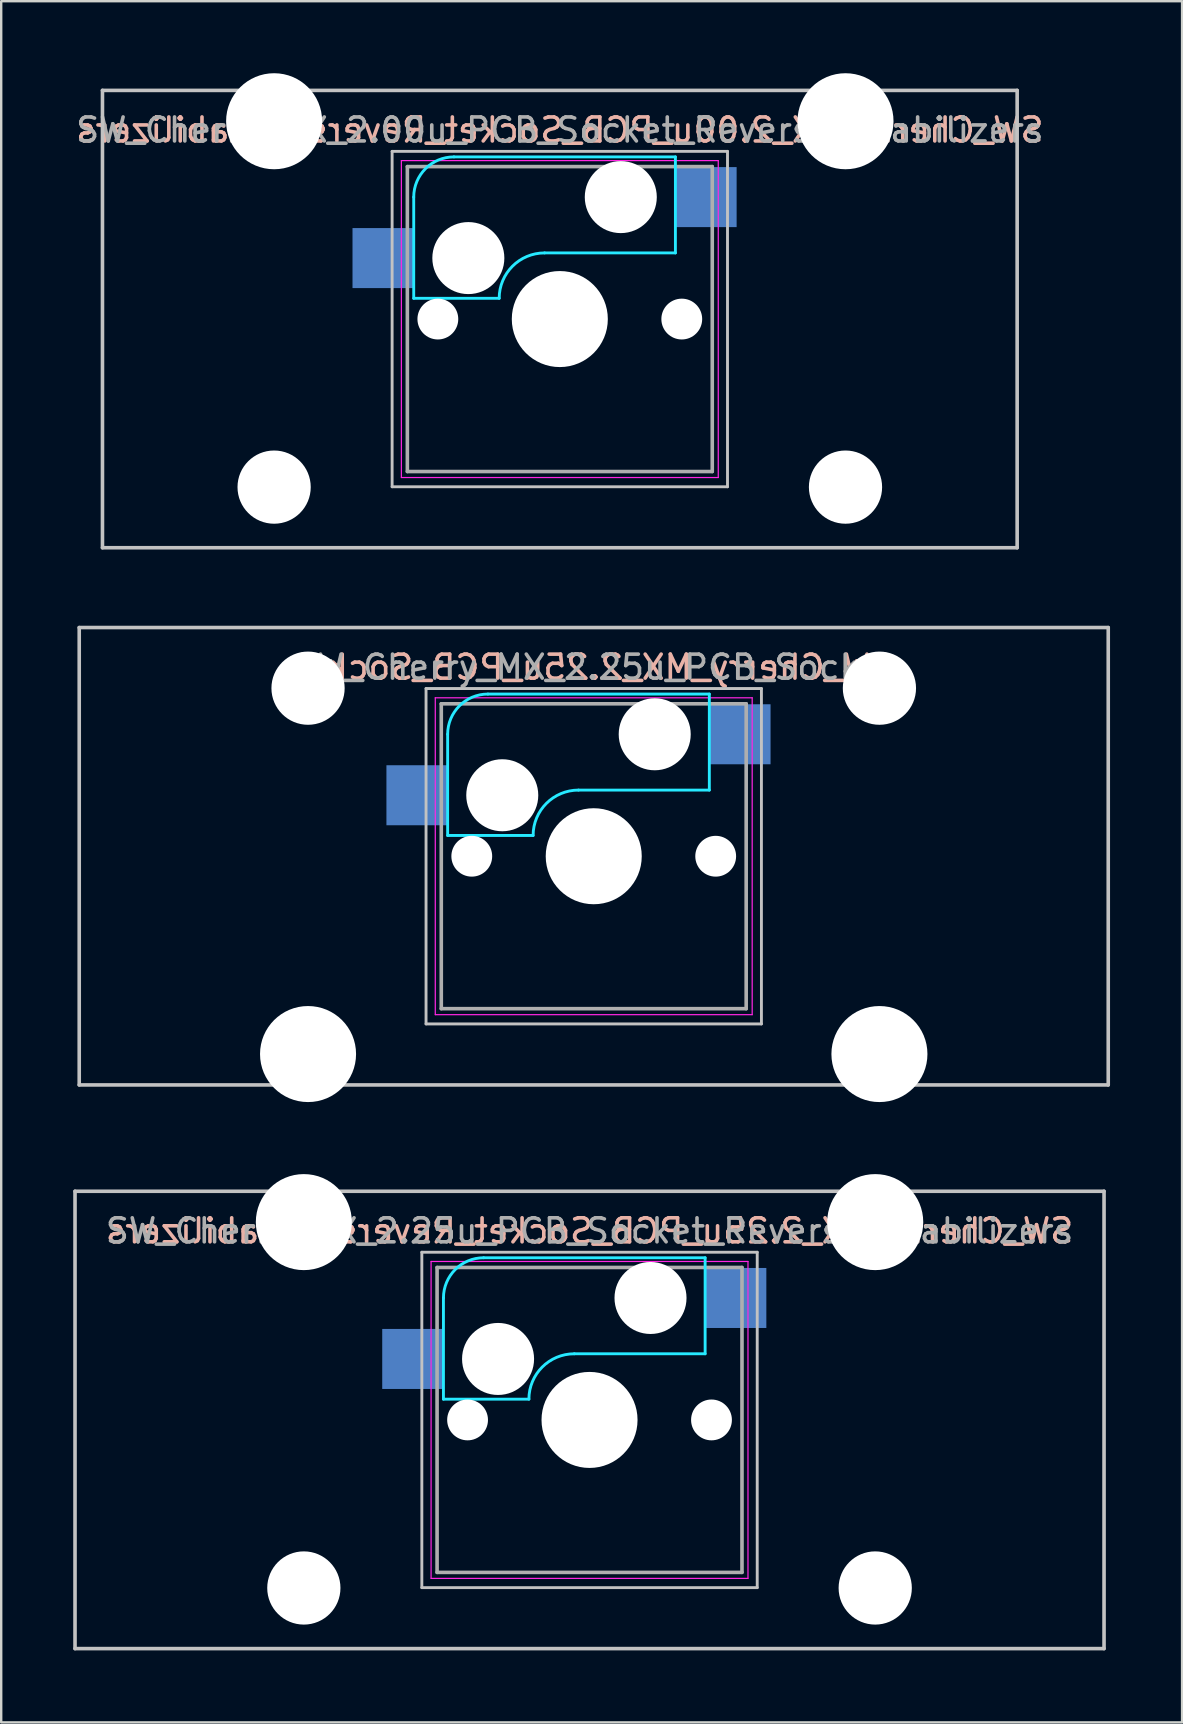
<source format=kicad_pcb>
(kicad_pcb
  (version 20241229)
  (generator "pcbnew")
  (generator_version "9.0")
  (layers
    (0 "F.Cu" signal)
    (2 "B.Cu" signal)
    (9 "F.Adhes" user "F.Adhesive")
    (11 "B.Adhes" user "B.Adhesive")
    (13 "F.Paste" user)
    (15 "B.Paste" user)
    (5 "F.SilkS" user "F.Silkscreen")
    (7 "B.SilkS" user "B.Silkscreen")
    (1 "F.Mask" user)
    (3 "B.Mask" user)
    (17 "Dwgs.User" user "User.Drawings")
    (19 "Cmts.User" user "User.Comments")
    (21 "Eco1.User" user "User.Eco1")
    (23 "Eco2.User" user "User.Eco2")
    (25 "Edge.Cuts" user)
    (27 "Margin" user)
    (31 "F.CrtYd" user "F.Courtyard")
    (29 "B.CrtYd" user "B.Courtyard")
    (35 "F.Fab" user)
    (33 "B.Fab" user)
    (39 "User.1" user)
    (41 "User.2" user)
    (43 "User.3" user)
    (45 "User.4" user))
  (footprint "SW_Cherry_MX_2.25u_PCB_Socket"
    (layer "F.Cu")
    (at 0.25 23.09)
    (property "Reference" "SW_Cherry_MX_2.25u_PCB_Socket" (at 21.431 1.651 0) (layer "B.SilkS") (effects (font (size 1 1) (thickness 0.15)) (justify mirror)))
    (attr through_hole)
    (fp_line (start 0 0) (end 42.862 0) (stroke (width 0.15) (type solid)) (layer "Dwgs.User"))
    (fp_line (start 0 19.05) (end 0 0) (stroke (width 0.15) (type solid)) (layer "Dwgs.User"))
    (fp_line (start 14.446 2.54) (end 28.416 2.54) (stroke (width 0.12) (type solid)) (layer "Dwgs.User"))
    (fp_line (start 14.446 16.51) (end 14.446 2.54) (stroke (width 0.12) (type solid)) (layer "Dwgs.User"))
    (fp_line (start 28.416 2.54) (end 28.416 16.51) (stroke (width 0.12) (type solid)) (layer "Dwgs.User"))
    (fp_line (start 28.416 16.51) (end 14.446 16.51) (stroke (width 0.12) (type solid)) (layer "Dwgs.User"))
    (fp_line (start 42.862 0) (end 42.862 19.05) (stroke (width 0.15) (type solid)) (layer "Dwgs.User"))
    (fp_line (start 42.862 19.05) (end 0 19.05) (stroke (width 0.15) (type solid)) (layer "Dwgs.User"))
    (fp_line (start 15.346 8.66) (end 15.346 4.445) (stroke (width 0.12) (type solid)) (layer "B.CrtYd"))
    (fp_line (start 15.346 8.66) (end 18.906 8.66) (stroke (width 0.12) (type solid)) (layer "B.CrtYd"))
    (fp_line (start 17.021 2.77) (end 26.246 2.77) (stroke (width 0.12) (type solid)) (layer "B.CrtYd"))
    (fp_line (start 26.246 2.77) (end 26.246 6.77) (stroke (width 0.12) (type solid)) (layer "B.CrtYd"))
    (fp_line (start 26.246 6.77) (end 20.796 6.77) (stroke (width 0.12) (type solid)) (layer "B.CrtYd"))
    (fp_arc (start 15.34625 4.445) (mid 15.836846 3.260596) (end 17.02125 2.77) (stroke (width 0.12) (type solid)) (layer "B.CrtYd"))
    (fp_arc (start 18.90625 8.66) (mid 19.459818 7.323568) (end 20.79625 6.77) (stroke (width 0.12) (type solid)) (layer "B.CrtYd"))
    (fp_line (start 14.831 2.925) (end 28.031 2.925) (stroke (width 0.05) (type solid)) (layer "F.CrtYd"))
    (fp_line (start 14.831 16.125) (end 14.831 2.925) (stroke (width 0.05) (type solid)) (layer "F.CrtYd"))
    (fp_line (start 28.031 2.925) (end 28.031 16.125) (stroke (width 0.05) (type solid)) (layer "F.CrtYd"))
    (fp_line (start 28.031 16.125) (end 14.831 16.125) (stroke (width 0.05) (type solid)) (layer "F.CrtYd"))
    (fp_line (start 15.081 3.175) (end 27.781 3.175) (stroke (width 0.15) (type solid)) (layer "F.Fab"))
    (fp_line (start 15.081 15.875) (end 15.081 3.175) (stroke (width 0.15) (type solid)) (layer "F.Fab"))
    (fp_line (start 27.781 3.175) (end 27.781 15.875) (stroke (width 0.15) (type solid)) (layer "F.Fab"))
    (fp_line (start 27.781 15.875) (end 15.081 15.875) (stroke (width 0.15) (type solid)) (layer "F.Fab"))
    (fp_text user "${REFERENCE}" (at 21.431 1.651 0) (layer "F.Fab") (effects (font (size 1 1) (thickness 0.15))))
    (pad "" np_thru_hole circle (at 9.531 2.525) (size 3.05 3.05) (drill 3.05) (layers "*.Cu" "*.Mask"))
    (pad "" np_thru_hole circle (at 9.531 17.765) (size 4 4) (drill 4) (layers "*.Cu" "*.Mask"))
    (pad "" np_thru_hole circle (at 16.351 9.525) (size 1.7 1.7) (drill 1.7) (layers "*.Cu" "*.Mask"))
    (pad "" np_thru_hole circle (at 17.621 6.985) (size 3 3) (drill 3) (layers "*.Cu" "*.Mask"))
    (pad "" np_thru_hole circle (at 21.431 9.525) (size 4 4) (drill 4) (layers "*.Cu" "*.Mask"))
    (pad "" np_thru_hole circle (at 23.971 4.445) (size 3 3) (drill 3) (layers "*.Cu" "*.Mask"))
    (pad "" np_thru_hole circle (at 26.511 9.525) (size 1.7 1.7) (drill 1.7) (layers "*.Cu" "*.Mask"))
    (pad "" np_thru_hole circle (at 33.331 2.525) (size 3.05 3.05) (drill 3.05) (layers "*.Cu" "*.Mask"))
    (pad "" np_thru_hole circle (at 33.331 17.765) (size 4 4) (drill 4) (layers "*.Cu" "*.Mask"))
    (pad "1" smd rect (at 27.521 4.445) (size 2.55 2.5) (layers "B.Cu" "B.Mask" "B.Paste"))
    (pad "2" smd rect (at 14.071 6.985) (size 2.55 2.5) (layers "B.Cu" "B.Mask" "B.Paste")))
  (footprint "SW_Cherry_MX_2.25u_PCB_Socket_ReversedStabilizers"
    (layer "F.Cu")
    (at 21.506 56.095)
    (property "Reference" "SW_Cherry_MX_2.25u_PCB_Socket_ReversedStabilizers" (at 0 -7.874 0) (layer "B.SilkS") (effects (font (size 1 1) (thickness 0.15)) (justify mirror)))
    (attr through_hole)
    (fp_line (start -21.431 -9.525) (end 21.431 -9.525) (stroke (width 0.15) (type solid)) (layer "Dwgs.User"))
    (fp_line (start -21.431 9.525) (end -21.431 -9.525) (stroke (width 0.15) (type solid)) (layer "Dwgs.User"))
    (fp_line (start -6.985 -6.985) (end 6.985 -6.985) (stroke (width 0.12) (type solid)) (layer "Dwgs.User"))
    (fp_line (start -6.985 6.985) (end -6.985 -6.985) (stroke (width 0.12) (type solid)) (layer "Dwgs.User"))
    (fp_line (start 6.985 -6.985) (end 6.985 6.985) (stroke (width 0.12) (type solid)) (layer "Dwgs.User"))
    (fp_line (start 6.985 6.985) (end -6.985 6.985) (stroke (width 0.12) (type solid)) (layer "Dwgs.User"))
    (fp_line (start 21.431 -9.525) (end 21.431 9.525) (stroke (width 0.15) (type solid)) (layer "Dwgs.User"))
    (fp_line (start 21.431 9.525) (end -21.431 9.525) (stroke (width 0.15) (type solid)) (layer "Dwgs.User"))
    (fp_line (start -6.085 -0.865) (end -6.085 -5.08) (stroke (width 0.12) (type solid)) (layer "B.CrtYd"))
    (fp_line (start -6.085 -0.865) (end -2.525 -0.865) (stroke (width 0.12) (type solid)) (layer "B.CrtYd"))
    (fp_line (start -4.41 -6.755) (end 4.815 -6.755) (stroke (width 0.12) (type solid)) (layer "B.CrtYd"))
    (fp_line (start 4.815 -6.755) (end 4.815 -2.755) (stroke (width 0.12) (type solid)) (layer "B.CrtYd"))
    (fp_line (start 4.815 -2.755) (end -0.635 -2.755) (stroke (width 0.12) (type solid)) (layer "B.CrtYd"))
    (fp_arc (start -6.085 -5.08) (mid -5.594404 -6.264404) (end -4.41 -6.755) (stroke (width 0.12) (type solid)) (layer "B.CrtYd"))
    (fp_arc (start -2.525 -0.865) (mid -1.971432 -2.201432) (end -0.635 -2.755) (stroke (width 0.12) (type solid)) (layer "B.CrtYd"))
    (fp_line (start -6.6 -6.6) (end 6.6 -6.6) (stroke (width 0.05) (type solid)) (layer "F.CrtYd"))
    (fp_line (start -6.6 6.6) (end -6.6 -6.6) (stroke (width 0.05) (type solid)) (layer "F.CrtYd"))
    (fp_line (start 6.6 -6.6) (end 6.6 6.6) (stroke (width 0.05) (type solid)) (layer "F.CrtYd"))
    (fp_line (start 6.6 6.6) (end -6.6 6.6) (stroke (width 0.05) (type solid)) (layer "F.CrtYd"))
    (fp_line (start -6.35 -6.35) (end 6.35 -6.35) (stroke (width 0.15) (type solid)) (layer "F.Fab"))
    (fp_line (start -6.35 6.35) (end -6.35 -6.35) (stroke (width 0.15) (type solid)) (layer "F.Fab"))
    (fp_line (start 6.35 -6.35) (end 6.35 6.35) (stroke (width 0.15) (type solid)) (layer "F.Fab"))
    (fp_line (start 6.35 6.35) (end -6.35 6.35) (stroke (width 0.15) (type solid)) (layer "F.Fab"))
    (fp_text user "${REFERENCE}" (at 0 -7.874 0) (layer "F.Fab") (effects (font (size 1 1) (thickness 0.15))))
    (pad "" np_thru_hole circle (at -11.9 -8.24) (size 4 4) (drill 4) (layers "*.Cu" "*.Mask"))
    (pad "" np_thru_hole circle (at -11.9 7) (size 3.05 3.05) (drill 3.05) (layers "*.Cu" "*.Mask"))
    (pad "" np_thru_hole circle (at -5.08 0) (size 1.7 1.7) (drill 1.7) (layers "*.Cu" "*.Mask"))
    (pad "" np_thru_hole circle (at -3.81 -2.54) (size 3 3) (drill 3) (layers "*.Cu" "*.Mask"))
    (pad "" np_thru_hole circle (at 0 0) (size 4 4) (drill 4) (layers "*.Cu" "*.Mask"))
    (pad "" np_thru_hole circle (at 2.54 -5.08) (size 3 3) (drill 3) (layers "*.Cu" "*.Mask"))
    (pad "" np_thru_hole circle (at 5.08 0) (size 1.7 1.7) (drill 1.7) (layers "*.Cu" "*.Mask"))
    (pad "" np_thru_hole circle (at 11.9 -8.24) (size 4 4) (drill 4) (layers "*.Cu" "*.Mask"))
    (pad "" np_thru_hole circle (at 11.9 7) (size 3.05 3.05) (drill 3.05) (layers "*.Cu" "*.Mask"))
    (pad "1" smd rect (at 6.09 -5.08) (size 2.55 2.5) (layers "B.Cu" "B.Mask" "B.Paste"))
    (pad "2" smd rect (at -7.36 -2.54) (size 2.55 2.5) (layers "B.Cu" "B.Mask" "B.Paste")))
  (footprint "SW_Cherry_MX_2.00u_PCB_Socket_ReversedStabilizers"
    (layer "F.Cu")
    (at 20.268 10.24)
    (property "Reference" "SW_Cherry_MX_2.00u_PCB_Socket_ReversedStabilizers" (at 0 -7.874 0) (layer "B.SilkS") (effects (font (size 1 1) (thickness 0.15)) (justify mirror)))
    (attr through_hole)
    (fp_line (start -19.05 -9.525) (end 19.05 -9.525) (stroke (width 0.15) (type solid)) (layer "Dwgs.User"))
    (fp_line (start -19.05 9.525) (end -19.05 -9.525) (stroke (width 0.15) (type solid)) (layer "Dwgs.User"))
    (fp_line (start -6.985 -6.985) (end 6.985 -6.985) (stroke (width 0.12) (type solid)) (layer "Dwgs.User"))
    (fp_line (start -6.985 6.985) (end -6.985 -6.985) (stroke (width 0.12) (type solid)) (layer "Dwgs.User"))
    (fp_line (start 6.985 -6.985) (end 6.985 6.985) (stroke (width 0.12) (type solid)) (layer "Dwgs.User"))
    (fp_line (start 6.985 6.985) (end -6.985 6.985) (stroke (width 0.12) (type solid)) (layer "Dwgs.User"))
    (fp_line (start 19.05 -9.525) (end 19.05 9.525) (stroke (width 0.15) (type solid)) (layer "Dwgs.User"))
    (fp_line (start 19.05 9.525) (end -19.05 9.525) (stroke (width 0.15) (type solid)) (layer "Dwgs.User"))
    (fp_line (start -6.085 -0.865) (end -6.085 -5.08) (stroke (width 0.12) (type solid)) (layer "B.CrtYd"))
    (fp_line (start -6.085 -0.865) (end -2.525 -0.865) (stroke (width 0.12) (type solid)) (layer "B.CrtYd"))
    (fp_line (start -4.41 -6.755) (end 4.815 -6.755) (stroke (width 0.12) (type solid)) (layer "B.CrtYd"))
    (fp_line (start 4.815 -6.755) (end 4.815 -2.755) (stroke (width 0.12) (type solid)) (layer "B.CrtYd"))
    (fp_line (start 4.815 -2.755) (end -0.635 -2.755) (stroke (width 0.12) (type solid)) (layer "B.CrtYd"))
    (fp_arc (start -6.085 -5.08) (mid -5.594404 -6.264404) (end -4.41 -6.755) (stroke (width 0.12) (type solid)) (layer "B.CrtYd"))
    (fp_arc (start -2.525 -0.865) (mid -1.971432 -2.201432) (end -0.635 -2.755) (stroke (width 0.12) (type solid)) (layer "B.CrtYd"))
    (fp_line (start -6.6 -6.6) (end 6.6 -6.6) (stroke (width 0.05) (type solid)) (layer "F.CrtYd"))
    (fp_line (start -6.6 6.6) (end -6.6 -6.6) (stroke (width 0.05) (type solid)) (layer "F.CrtYd"))
    (fp_line (start 6.6 -6.6) (end 6.6 6.6) (stroke (width 0.05) (type solid)) (layer "F.CrtYd"))
    (fp_line (start 6.6 6.6) (end -6.6 6.6) (stroke (width 0.05) (type solid)) (layer "F.CrtYd"))
    (fp_line (start -6.35 -6.35) (end 6.35 -6.35) (stroke (width 0.15) (type solid)) (layer "F.Fab"))
    (fp_line (start -6.35 6.35) (end -6.35 -6.35) (stroke (width 0.15) (type solid)) (layer "F.Fab"))
    (fp_line (start 6.35 -6.35) (end 6.35 6.35) (stroke (width 0.15) (type solid)) (layer "F.Fab"))
    (fp_line (start 6.35 6.35) (end -6.35 6.35) (stroke (width 0.15) (type solid)) (layer "F.Fab"))
    (fp_text user "${REFERENCE}" (at 0 -7.874 0) (layer "F.Fab") (effects (font (size 1 1) (thickness 0.15))))
    (pad "" np_thru_hole circle (at -11.9 -8.24) (size 4 4) (drill 4) (layers "*.Cu" "*.Mask"))
    (pad "" np_thru_hole circle (at -11.9 7) (size 3.05 3.05) (drill 3.05) (layers "*.Cu" "*.Mask"))
    (pad "" np_thru_hole circle (at -5.08 0) (size 1.7 1.7) (drill 1.7) (layers "*.Cu" "*.Mask"))
    (pad "" np_thru_hole circle (at -3.81 -2.54) (size 3 3) (drill 3) (layers "*.Cu" "*.Mask"))
    (pad "" np_thru_hole circle (at 0 0) (size 4 4) (drill 4) (layers "*.Cu" "*.Mask"))
    (pad "" np_thru_hole circle (at 2.54 -5.08) (size 3 3) (drill 3) (layers "*.Cu" "*.Mask"))
    (pad "" np_thru_hole circle (at 5.08 0) (size 1.7 1.7) (drill 1.7) (layers "*.Cu" "*.Mask"))
    (pad "" np_thru_hole circle (at 11.9 -8.24) (size 4 4) (drill 4) (layers "*.Cu" "*.Mask"))
    (pad "" np_thru_hole circle (at 11.9 7) (size 3.05 3.05) (drill 3.05) (layers "*.Cu" "*.Mask"))
    (pad "1" smd rect (at 6.09 -5.08) (size 2.55 2.5) (layers "B.Cu" "B.Mask" "B.Paste"))
    (pad "2" smd rect (at -7.36 -2.54) (size 2.55 2.5) (layers "B.Cu" "B.Mask" "B.Paste")))
  (gr_rect
    (start -3 -3)
    (end 46.188 68.695)
    (stroke (width 0.1) (type default))
    (fill no)
    (layer "Edge.Cuts")))
</source>
